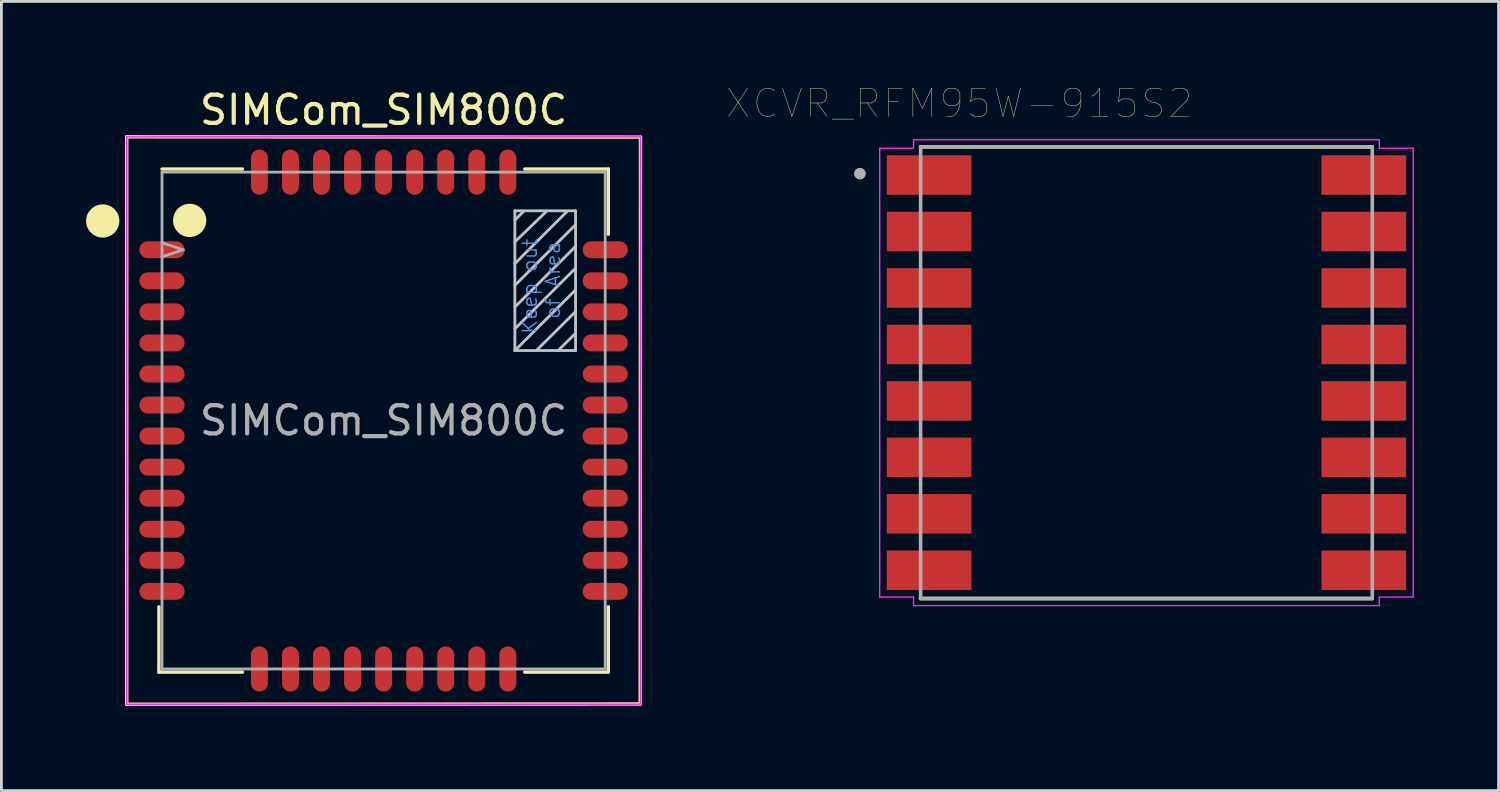
<source format=kicad_pcb>
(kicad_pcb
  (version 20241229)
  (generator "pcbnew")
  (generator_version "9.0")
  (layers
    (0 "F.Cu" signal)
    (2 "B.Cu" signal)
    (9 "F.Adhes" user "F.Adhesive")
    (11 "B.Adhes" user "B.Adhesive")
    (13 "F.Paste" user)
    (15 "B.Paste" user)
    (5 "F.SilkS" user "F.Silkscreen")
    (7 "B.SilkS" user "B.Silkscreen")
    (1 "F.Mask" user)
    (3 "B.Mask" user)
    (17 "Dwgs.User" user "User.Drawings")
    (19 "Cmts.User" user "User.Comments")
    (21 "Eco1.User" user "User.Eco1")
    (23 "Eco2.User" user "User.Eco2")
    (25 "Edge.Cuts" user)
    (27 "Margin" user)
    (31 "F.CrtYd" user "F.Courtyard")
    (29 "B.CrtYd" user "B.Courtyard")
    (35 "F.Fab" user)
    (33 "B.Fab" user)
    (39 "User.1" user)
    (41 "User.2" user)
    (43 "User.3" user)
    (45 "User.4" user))
  (footprint "SIMCom_SIM800C"
    (layer "F.Cu")
    (at 10.539 11.848)
    (property "Reference" "SIMCom_SIM800C" (at 0 -11 0) (layer "F.SilkS") (effects (font (size 1 1) (thickness 0.15))))
    (attr smd)
    (fp_line (start -9.1 -10.05) (end 9.1 -10.04) (stroke (width 0.12) (type solid)) (layer "F.SilkS"))
    (fp_line (start -9.1 10.05) (end -9.1 -10.05) (stroke (width 0.12) (type solid)) (layer "F.SilkS"))
    (fp_line (start -7.96 8.91) (end -7.96 6.6) (stroke (width 0.12) (type solid)) (layer "F.SilkS"))
    (fp_line (start -7.96 8.91) (end -5 8.91) (stroke (width 0.12) (type solid)) (layer "F.SilkS"))
    (fp_line (start -7.85 -8.91) (end -5 -8.91) (stroke (width 0.12) (type solid)) (layer "F.SilkS"))
    (fp_line (start 7.96 -8.91) (end 5 -8.91) (stroke (width 0.12) (type solid)) (layer "F.SilkS"))
    (fp_line (start 7.96 -8.91) (end 7.96 -6.6) (stroke (width 0.12) (type solid)) (layer "F.SilkS"))
    (fp_line (start 7.96 8.91) (end 5 8.91) (stroke (width 0.12) (type solid)) (layer "F.SilkS"))
    (fp_line (start 7.96 8.91) (end 7.96 6.6) (stroke (width 0.12) (type solid)) (layer "F.SilkS"))
    (fp_line (start 9.09 10.04) (end -9.1 10.05) (stroke (width 0.12) (type solid)) (layer "F.SilkS"))
    (fp_line (start 9.1 -10.04) (end 9.09 10.04) (stroke (width 0.12) (type solid)) (layer "F.SilkS"))
    (fp_circle (center -9.95 -7.07) (end -9.421 -7.07) (stroke (width 0.12) (type solid)) (fill yes) (layer "F.SilkS"))
    (fp_circle (center -6.87 -7.09) (end -6.341 -7.09) (stroke (width 0.12) (type solid)) (fill yes) (layer "F.SilkS"))
    (fp_line (start 4.65 -7.43) (end 4.65 -2.48) (stroke (width 0.1) (type solid)) (layer "Dwgs.User"))
    (fp_line (start 4.65 -7.43) (end 6.8 -7.43) (stroke (width 0.1) (type solid)) (layer "Dwgs.User"))
    (fp_line (start 4.65 -7.1) (end 4.97 -7.42) (stroke (width 0.1) (type solid)) (layer "Dwgs.User"))
    (fp_line (start 4.65 -6.33) (end 5.78 -7.42) (stroke (width 0.1) (type solid)) (layer "Dwgs.User"))
    (fp_line (start 4.65 -5.56) (end 6.51 -7.42) (stroke (width 0.1) (type solid)) (layer "Dwgs.User"))
    (fp_line (start 4.65 -4.79) (end 6.8 -6.94) (stroke (width 0.1) (type solid)) (layer "Dwgs.User"))
    (fp_line (start 4.65 -4.02) (end 6.8 -6.17) (stroke (width 0.1) (type solid)) (layer "Dwgs.User"))
    (fp_line (start 4.65 -3.25) (end 6.8 -5.4) (stroke (width 0.1) (type solid)) (layer "Dwgs.User"))
    (fp_line (start 4.65 -2.48) (end 6.8 -4.63) (stroke (width 0.1) (type solid)) (layer "Dwgs.User"))
    (fp_line (start 4.65 -2.48) (end 6.8 -2.48) (stroke (width 0.1) (type solid)) (layer "Dwgs.User"))
    (fp_line (start 5.415 -2.486) (end 6.8 -3.86) (stroke (width 0.1) (type solid)) (layer "Dwgs.User"))
    (fp_line (start 6.18 -2.48) (end 6.8 -3.09) (stroke (width 0.1) (type solid)) (layer "Dwgs.User"))
    (fp_line (start 6.8 -7.43) (end 6.8 -2.48) (stroke (width 0.1) (type solid)) (layer "Dwgs.User"))
    (fp_line (start -9.1 -10.05) (end -9.1 10.05) (stroke (width 0.05) (type solid)) (layer "F.CrtYd"))
    (fp_line (start -9.1 -10.05) (end 9.1 -10.05) (stroke (width 0.05) (type solid)) (layer "F.CrtYd"))
    (fp_line (start -9.1 10.05) (end 9.1 10.05) (stroke (width 0.05) (type solid)) (layer "F.CrtYd"))
    (fp_line (start 9.1 -10.05) (end 9.1 10.05) (stroke (width 0.05) (type solid)) (layer "F.CrtYd"))
    (fp_line (start -7.85 -8.8) (end -7.85 8.8) (stroke (width 0.1) (type solid)) (layer "F.Fab"))
    (fp_line (start -7.85 -8.8) (end 7.85 -8.8) (stroke (width 0.1) (type solid)) (layer "F.Fab"))
    (fp_line (start -7.85 -6.3) (end -7.1 -6.05) (stroke (width 0.1) (type solid)) (layer "F.Fab"))
    (fp_line (start -7.85 -5.8) (end -7.1 -6.05) (stroke (width 0.1) (type solid)) (layer "F.Fab"))
    (fp_line (start -7.85 8.8) (end 7.85 8.8) (stroke (width 0.1) (type solid)) (layer "F.Fab"))
    (fp_line (start 7.85 -8.8) (end 7.85 8.8) (stroke (width 0.1) (type solid)) (layer "F.Fab"))
    (fp_text user "of Area" (at 6 -4.97 90) (layer "Cmts.User") (effects (font (size 0.5 0.5) (thickness 0.05))))
    (fp_text user "Keep out " (at 5.18 -4.95 90) (layer "Cmts.User") (effects (font (size 0.5 0.5) (thickness 0.05))))
    (fp_text user "${REFERENCE}" (at 0 0 0) (layer "F.Fab") (effects (font (size 1 1) (thickness 0.15))))
    (pad "" smd oval (at -7.95 -6.05) (size 1.8 0.55) (layers "F.Paste"))
    (pad "" smd oval (at -7.95 -4.95) (size 1.8 0.55) (layers "F.Paste"))
    (pad "" smd oval (at -7.95 -3.85) (size 1.8 0.55) (layers "F.Paste"))
    (pad "" smd oval (at -7.95 -2.75) (size 1.8 0.55) (layers "F.Paste"))
    (pad "" smd oval (at -7.95 -1.65) (size 1.8 0.55) (layers "F.Paste"))
    (pad "" smd oval (at -7.95 -0.55) (size 1.8 0.55) (layers "F.Paste"))
    (pad "" smd oval (at -7.95 0.55) (size 1.8 0.55) (layers "F.Paste"))
    (pad "" smd oval (at -7.95 1.65) (size 1.8 0.55) (layers "F.Paste"))
    (pad "" smd oval (at -7.95 2.75) (size 1.8 0.55) (layers "F.Paste"))
    (pad "" smd oval (at -7.95 3.85) (size 1.8 0.55) (layers "F.Paste"))
    (pad "" smd oval (at -7.95 4.95) (size 1.8 0.55) (layers "F.Paste"))
    (pad "" smd oval (at -7.95 6.05) (size 1.8 0.55) (layers "F.Paste"))
    (pad "" smd oval (at -4.4 -8.9 90) (size 1.8 0.55) (layers "F.Paste"))
    (pad "" smd oval (at -4.4 8.9 90) (size 1.8 0.55) (layers "F.Paste"))
    (pad "" smd oval (at -3.3 -8.9 90) (size 1.8 0.55) (layers "F.Paste"))
    (pad "" smd oval (at -3.3 8.9 90) (size 1.8 0.55) (layers "F.Paste"))
    (pad "" smd oval (at -2.2 -8.9 90) (size 1.8 0.55) (layers "F.Paste"))
    (pad "" smd oval (at -2.2 8.9 90) (size 1.8 0.55) (layers "F.Paste"))
    (pad "" smd oval (at -1.1 -8.9 90) (size 1.8 0.55) (layers "F.Paste"))
    (pad "" smd oval (at -1.1 8.9 90) (size 1.8 0.55) (layers "F.Paste"))
    (pad "" smd oval (at 0 -8.9 90) (size 1.8 0.55) (layers "F.Paste"))
    (pad "" smd oval (at 0 8.9 90) (size 1.8 0.55) (layers "F.Paste"))
    (pad "" smd oval (at 1.1 -8.9 90) (size 1.8 0.55) (layers "F.Paste"))
    (pad "" smd oval (at 1.1 8.9 90) (size 1.8 0.55) (layers "F.Paste"))
    (pad "" smd oval (at 2.2 -8.9 90) (size 1.8 0.55) (layers "F.Paste"))
    (pad "" smd oval (at 2.2 8.9 90) (size 1.8 0.55) (layers "F.Paste"))
    (pad "" smd oval (at 3.3 -8.9 90) (size 1.8 0.55) (layers "F.Paste"))
    (pad "" smd oval (at 3.3 8.9 90) (size 1.8 0.55) (layers "F.Paste"))
    (pad "" smd oval (at 4.4 -8.9 90) (size 1.8 0.55) (layers "F.Paste"))
    (pad "" smd oval (at 4.4 8.9 90) (size 1.8 0.55) (layers "F.Paste"))
    (pad "" smd oval (at 7.95 -6.05) (size 1.8 0.55) (layers "F.Paste"))
    (pad "" smd oval (at 7.95 -4.95) (size 1.8 0.55) (layers "F.Paste"))
    (pad "" smd oval (at 7.95 -3.85) (size 1.8 0.55) (layers "F.Paste"))
    (pad "" smd oval (at 7.95 -2.75) (size 1.8 0.55) (layers "F.Paste"))
    (pad "" smd oval (at 7.95 -1.65) (size 1.8 0.55) (layers "F.Paste"))
    (pad "" smd oval (at 7.95 -0.55) (size 1.8 0.55) (layers "F.Paste"))
    (pad "" smd oval (at 7.95 0.55) (size 1.8 0.55) (layers "F.Paste"))
    (pad "" smd oval (at 7.95 1.65) (size 1.8 0.55) (layers "F.Paste"))
    (pad "" smd oval (at 7.95 2.75) (size 1.8 0.55) (layers "F.Paste"))
    (pad "" smd oval (at 7.95 3.85) (size 1.8 0.55) (layers "F.Paste"))
    (pad "" smd oval (at 7.95 4.95) (size 1.8 0.55) (layers "F.Paste"))
    (pad "" smd oval (at 7.95 6.05) (size 1.8 0.55) (layers "F.Paste"))
    (pad "1" smd oval (at -7.85 -6.05) (size 1.6 0.6) (layers "F.Cu" "F.Mask"))
    (pad "2" smd oval (at -7.85 -4.95) (size 1.6 0.6) (layers "F.Cu" "F.Mask"))
    (pad "3" smd oval (at -7.85 -3.85) (size 1.6 0.6) (layers "F.Cu" "F.Mask"))
    (pad "4" smd oval (at -7.85 -2.75) (size 1.6 0.6) (layers "F.Cu" "F.Mask"))
    (pad "5" smd oval (at -7.85 -1.65) (size 1.6 0.6) (layers "F.Cu" "F.Mask"))
    (pad "6" smd oval (at -7.85 -0.55) (size 1.6 0.6) (layers "F.Cu" "F.Mask"))
    (pad "7" smd oval (at -7.85 0.55) (size 1.6 0.6) (layers "F.Cu" "F.Mask"))
    (pad "8" smd oval (at -7.85 1.65) (size 1.6 0.6) (layers "F.Cu" "F.Mask"))
    (pad "9" smd oval (at -7.85 2.75) (size 1.6 0.6) (layers "F.Cu" "F.Mask"))
    (pad "10" smd oval (at -7.85 3.85) (size 1.6 0.6) (layers "F.Cu" "F.Mask"))
    (pad "11" smd oval (at -7.85 4.95) (size 1.6 0.6) (layers "F.Cu" "F.Mask"))
    (pad "12" smd oval (at -7.85 6.05) (size 1.6 0.6) (layers "F.Cu" "F.Mask"))
    (pad "13" smd oval (at -4.4 8.8) (size 0.6 1.6) (layers "F.Cu" "F.Mask"))
    (pad "14" smd oval (at -3.3 8.8) (size 0.6 1.6) (layers "F.Cu" "F.Mask"))
    (pad "15" smd oval (at -2.2 8.8) (size 0.6 1.6) (layers "F.Cu" "F.Mask"))
    (pad "16" smd oval (at -1.1 8.8) (size 0.6 1.6) (layers "F.Cu" "F.Mask"))
    (pad "17" smd oval (at 0 8.8) (size 0.6 1.6) (layers "F.Cu" "F.Mask"))
    (pad "18" smd oval (at 1.1 8.8) (size 0.6 1.6) (layers "F.Cu" "F.Mask"))
    (pad "19" smd oval (at 2.2 8.8) (size 0.6 1.6) (layers "F.Cu" "F.Mask"))
    (pad "20" smd oval (at 3.3 8.8) (size 0.6 1.6) (layers "F.Cu" "F.Mask"))
    (pad "21" smd oval (at 4.4 8.8) (size 0.6 1.6) (layers "F.Cu" "F.Mask"))
    (pad "22" smd oval (at 7.85 6.05) (size 1.6 0.6) (layers "F.Cu" "F.Mask"))
    (pad "23" smd oval (at 7.85 4.95) (size 1.6 0.6) (layers "F.Cu" "F.Mask"))
    (pad "24" smd oval (at 7.85 3.85) (size 1.6 0.6) (layers "F.Cu" "F.Mask"))
    (pad "25" smd oval (at 7.85 2.75) (size 1.6 0.6) (layers "F.Cu" "F.Mask"))
    (pad "26" smd oval (at 7.85 1.65) (size 1.6 0.6) (layers "F.Cu" "F.Mask"))
    (pad "27" smd oval (at 7.85 0.55) (size 1.6 0.6) (layers "F.Cu" "F.Mask"))
    (pad "28" smd oval (at 7.85 -0.55) (size 1.6 0.6) (layers "F.Cu" "F.Mask"))
    (pad "29" smd oval (at 7.85 -1.65) (size 1.6 0.6) (layers "F.Cu" "F.Mask"))
    (pad "30" smd oval (at 7.85 -2.75) (size 1.6 0.6) (layers "F.Cu" "F.Mask"))
    (pad "31" smd oval (at 7.85 -3.85) (size 1.6 0.6) (layers "F.Cu" "F.Mask"))
    (pad "32" smd oval (at 7.85 -4.95) (size 1.6 0.6) (layers "F.Cu" "F.Mask"))
    (pad "33" smd oval (at 7.85 -6.05) (size 1.6 0.6) (layers "F.Cu" "F.Mask"))
    (pad "34" smd oval (at 4.4 -8.8) (size 0.6 1.6) (layers "F.Cu" "F.Mask"))
    (pad "35" smd oval (at 3.3 -8.8) (size 0.6 1.6) (layers "F.Cu" "F.Mask"))
    (pad "36" smd oval (at 2.2 -8.8) (size 0.6 1.6) (layers "F.Cu" "F.Mask"))
    (pad "37" smd oval (at 1.1 -8.8) (size 0.6 1.6) (layers "F.Cu" "F.Mask"))
    (pad "38" smd oval (at 0 -8.8) (size 0.6 1.6) (layers "F.Cu" "F.Mask"))
    (pad "39" smd oval (at -1.1 -8.8) (size 0.6 1.6) (layers "F.Cu" "F.Mask"))
    (pad "40" smd oval (at -2.2 -8.8) (size 0.6 1.6) (layers "F.Cu" "F.Mask"))
    (pad "41" smd oval (at -3.3 -8.8) (size 0.6 1.6) (layers "F.Cu" "F.Mask"))
    (pad "42" smd oval (at -4.4 -8.8) (size 0.6 1.6) (layers "F.Cu" "F.Mask")))
  (footprint "XCVR_RFM95W-915S2"
    (layer "F.Cu")
    (at 37.562 10.152)
    (property "Reference" "XCVR_RFM95W-915S2" (at -6.631 -9.54 0) (layer "F.SilkS") (effects (font (size 1 1) (thickness 0.015))))
    (attr through_hole)
    (fp_line (start -8 -8) (end 8 -8) (stroke (width 0.127) (type solid)) (layer "F.SilkS"))
    (fp_line (start -8 8) (end 8 8) (stroke (width 0.127) (type solid)) (layer "F.SilkS"))
    (fp_circle (center -10.15 -7.05) (end -10.05 -7.05) (stroke (width 0.2) (type solid)) (fill no) (layer "F.SilkS"))
    (fp_line (start -9.45 -7.95) (end -8.25 -7.95) (stroke (width 0.05) (type solid)) (layer "F.CrtYd"))
    (fp_line (start -9.45 7.95) (end -9.45 -7.95) (stroke (width 0.05) (type solid)) (layer "F.CrtYd"))
    (fp_line (start -8.25 -8.25) (end 8.25 -8.25) (stroke (width 0.05) (type solid)) (layer "F.CrtYd"))
    (fp_line (start -8.25 -7.95) (end -8.25 -8.25) (stroke (width 0.05) (type solid)) (layer "F.CrtYd"))
    (fp_line (start -8.25 7.95) (end -9.45 7.95) (stroke (width 0.05) (type solid)) (layer "F.CrtYd"))
    (fp_line (start -8.25 8.25) (end -8.25 7.95) (stroke (width 0.05) (type solid)) (layer "F.CrtYd"))
    (fp_line (start 8.25 -8.25) (end 8.25 -7.95) (stroke (width 0.05) (type solid)) (layer "F.CrtYd"))
    (fp_line (start 8.25 -7.95) (end 9.45 -7.95) (stroke (width 0.05) (type solid)) (layer "F.CrtYd"))
    (fp_line (start 8.25 7.95) (end 8.25 8.25) (stroke (width 0.05) (type solid)) (layer "F.CrtYd"))
    (fp_line (start 8.25 8.25) (end -8.25 8.25) (stroke (width 0.05) (type solid)) (layer "F.CrtYd"))
    (fp_line (start 9.45 -7.95) (end 9.45 7.95) (stroke (width 0.05) (type solid)) (layer "F.CrtYd"))
    (fp_line (start 9.45 7.95) (end 8.25 7.95) (stroke (width 0.05) (type solid)) (layer "F.CrtYd"))
    (fp_line (start -8 -8) (end 8 -8) (stroke (width 0.127) (type solid)) (layer "F.Fab"))
    (fp_line (start -8 8) (end -8 -8) (stroke (width 0.127) (type solid)) (layer "F.Fab"))
    (fp_line (start 8 -8) (end 8 8) (stroke (width 0.127) (type solid)) (layer "F.Fab"))
    (fp_line (start 8 8) (end -8 8) (stroke (width 0.127) (type solid)) (layer "F.Fab"))
    (fp_circle (center -10.15 -7.05) (end -10.05 -7.05) (stroke (width 0.2) (type solid)) (fill no) (layer "F.Fab"))
    (pad "1" smd rect (at -7.7 -7) (size 3 1.4) (layers "F.Cu" "F.Mask" "F.Paste"))
    (pad "2" smd rect (at -7.7 -5) (size 3 1.4) (layers "F.Cu" "F.Mask" "F.Paste"))
    (pad "3" smd rect (at -7.7 -3) (size 3 1.4) (layers "F.Cu" "F.Mask" "F.Paste"))
    (pad "4" smd rect (at -7.7 -1) (size 3 1.4) (layers "F.Cu" "F.Mask" "F.Paste"))
    (pad "5" smd rect (at -7.7 1) (size 3 1.4) (layers "F.Cu" "F.Mask" "F.Paste"))
    (pad "6" smd rect (at -7.7 3) (size 3 1.4) (layers "F.Cu" "F.Mask" "F.Paste"))
    (pad "7" smd rect (at -7.7 5) (size 3 1.4) (layers "F.Cu" "F.Mask" "F.Paste"))
    (pad "8" smd rect (at -7.7 7) (size 3 1.4) (layers "F.Cu" "F.Mask" "F.Paste"))
    (pad "9" smd rect (at 7.7 7) (size 3 1.4) (layers "F.Cu" "F.Mask" "F.Paste"))
    (pad "10" smd rect (at 7.7 5) (size 3 1.4) (layers "F.Cu" "F.Mask" "F.Paste"))
    (pad "11" smd rect (at 7.7 3) (size 3 1.4) (layers "F.Cu" "F.Mask" "F.Paste"))
    (pad "12" smd rect (at 7.7 1) (size 3 1.4) (layers "F.Cu" "F.Mask" "F.Paste"))
    (pad "13" smd rect (at 7.7 -1) (size 3 1.4) (layers "F.Cu" "F.Mask" "F.Paste"))
    (pad "14" smd rect (at 7.7 -3) (size 3 1.4) (layers "F.Cu" "F.Mask" "F.Paste"))
    (pad "15" smd rect (at 7.7 -5) (size 3 1.4) (layers "F.Cu" "F.Mask" "F.Paste"))
    (pad "16" smd rect (at 7.7 -7) (size 3 1.4) (layers "F.Cu" "F.Mask" "F.Paste")))
  (gr_rect
    (start -3 -3)
    (end 50.037 24.958)
    (stroke (width 0.1) (type default))
    (fill no)
    (layer "Edge.Cuts")))
</source>
